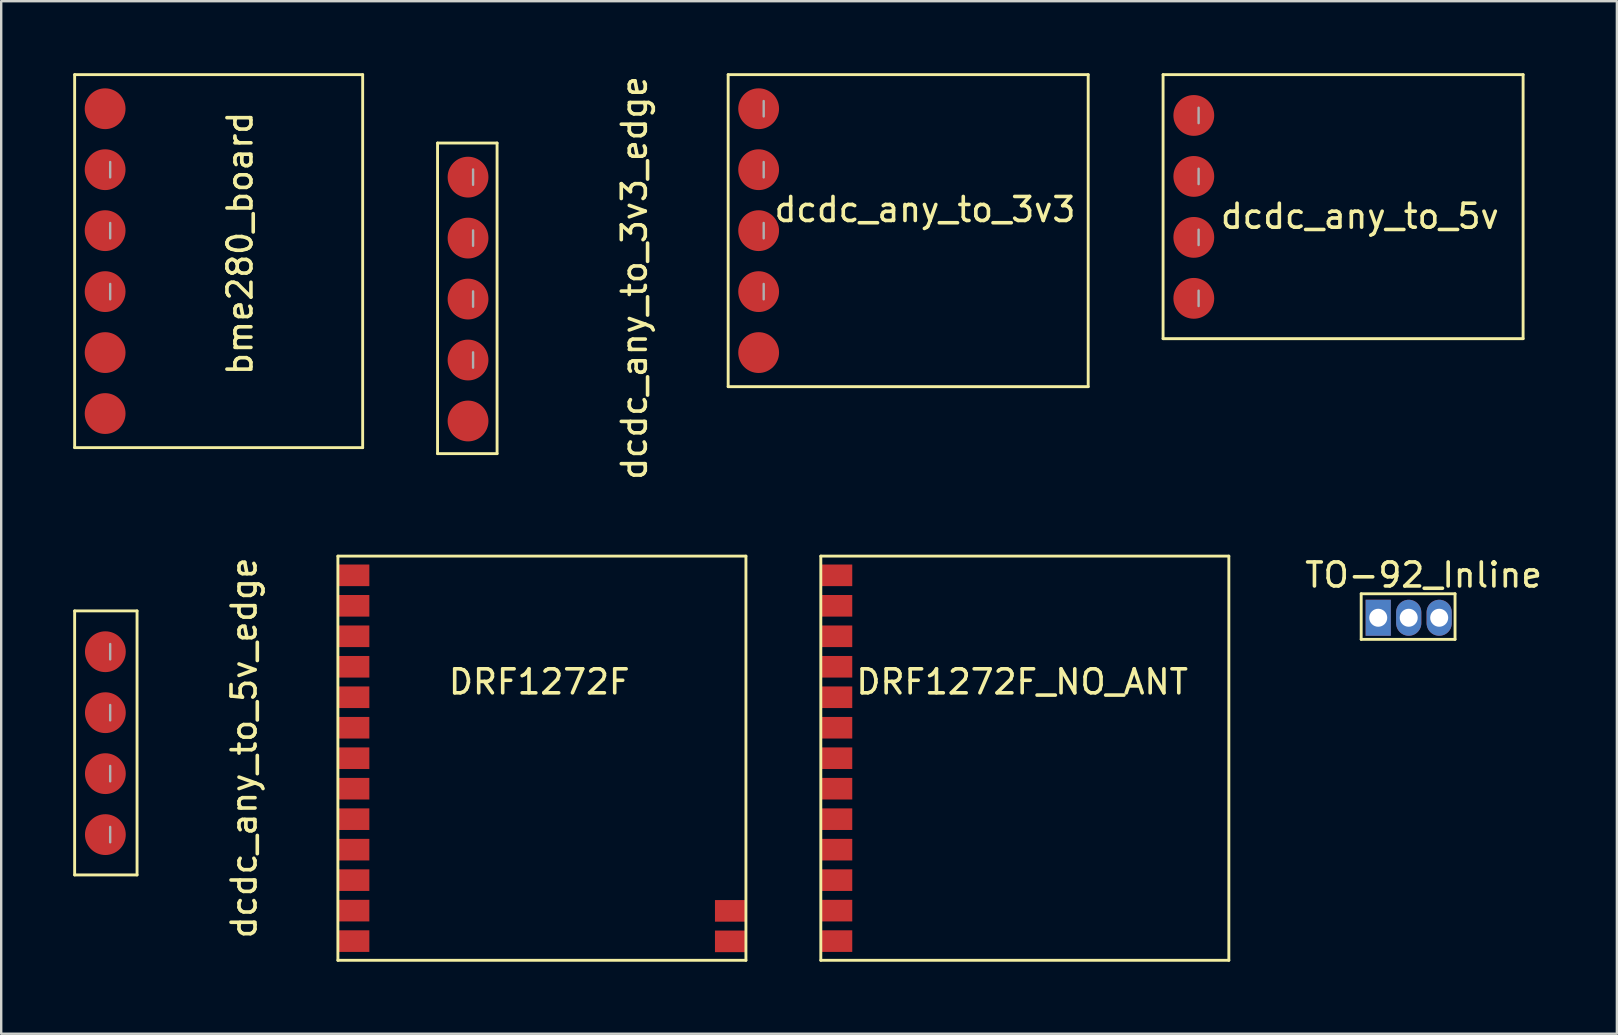
<source format=kicad_pcb>
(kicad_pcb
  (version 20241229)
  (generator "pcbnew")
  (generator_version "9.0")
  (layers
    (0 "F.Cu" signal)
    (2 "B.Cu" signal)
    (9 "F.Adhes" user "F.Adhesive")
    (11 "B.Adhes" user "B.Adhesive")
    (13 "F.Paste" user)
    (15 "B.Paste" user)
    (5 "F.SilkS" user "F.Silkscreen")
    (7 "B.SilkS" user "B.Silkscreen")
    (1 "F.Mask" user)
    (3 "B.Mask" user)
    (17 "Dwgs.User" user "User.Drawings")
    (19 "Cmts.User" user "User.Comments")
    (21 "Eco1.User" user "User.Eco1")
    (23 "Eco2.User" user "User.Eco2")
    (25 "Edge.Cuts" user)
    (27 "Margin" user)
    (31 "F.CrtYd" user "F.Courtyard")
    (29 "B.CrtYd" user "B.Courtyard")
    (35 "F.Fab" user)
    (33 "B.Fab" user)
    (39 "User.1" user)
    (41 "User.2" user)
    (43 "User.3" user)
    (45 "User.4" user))
  (footprint "DRF1272F_NO_ANT"
    (layer "F.Cu")
    (at 39.628 28.64)
    (property "Reference" "DRF1272F_NO_ANT" (at -0.09 -3.28 0) (layer "F.SilkS") (effects (font (size 1 1) (thickness 0.15))))
    (attr through_hole)
    (fp_line (start -8.48 -8.52) (end 8.52 -8.52) (stroke (width 0.12) (type solid)) (layer "F.SilkS"))
    (fp_line (start -8.48 8.32) (end -8.48 -8.52) (stroke (width 0.12) (type solid)) (layer "F.SilkS"))
    (fp_line (start 8.52 -8.52) (end 8.52 8.32) (stroke (width 0.12) (type solid)) (layer "F.SilkS"))
    (fp_line (start 8.52 8.32) (end -8.48 8.32) (stroke (width 0.12) (type solid)) (layer "F.SilkS"))
    (pad "1" smd rect (at -7.82 -7.72) (size 1.3 0.9) (layers "F.Cu" "F.Mask" "F.Paste"))
    (pad "2" smd rect (at -7.82 -6.45) (size 1.3 0.9) (layers "F.Cu" "F.Mask" "F.Paste"))
    (pad "3" smd rect (at -7.82 -5.18) (size 1.3 0.9) (layers "F.Cu" "F.Mask" "F.Paste"))
    (pad "4" smd rect (at -7.82 -3.91) (size 1.3 0.9) (layers "F.Cu" "F.Mask" "F.Paste"))
    (pad "5" smd rect (at -7.82 -2.64) (size 1.3 0.9) (layers "F.Cu" "F.Mask" "F.Paste"))
    (pad "6" smd rect (at -7.82 -1.37) (size 1.3 0.9) (layers "F.Cu" "F.Mask" "F.Paste"))
    (pad "7" smd rect (at -7.82 -0.1) (size 1.3 0.9) (layers "F.Cu" "F.Mask" "F.Paste"))
    (pad "8" smd rect (at -7.82 1.17) (size 1.3 0.9) (layers "F.Cu" "F.Mask" "F.Paste"))
    (pad "9" smd rect (at -7.82 2.44) (size 1.3 0.9) (layers "F.Cu" "F.Mask" "F.Paste"))
    (pad "10" smd rect (at -7.82 3.71) (size 1.3 0.9) (layers "F.Cu" "F.Mask" "F.Paste"))
    (pad "11" smd rect (at -7.82 4.98) (size 1.3 0.9) (layers "F.Cu" "F.Mask" "F.Paste"))
    (pad "12" smd rect (at -7.82 6.25) (size 1.3 0.9) (layers "F.Cu" "F.Mask" "F.Paste"))
    (pad "13" smd rect (at -7.82 7.52) (size 1.3 0.9) (layers "F.Cu" "F.Mask" "F.Paste")))
  (footprint "dcdc_any_to_5v_edge"
    (layer "F.Cu")
    (at 7.66 28.003)
    (property "Reference" "dcdc_any_to_5v_edge" (at -0.54 0.11 270) (layer "F.SilkS") (effects (font (size 1 1) (thickness 0.15))))
    (attr through_hole)
    (fp_line (start -7.6 5.4) (end -7.6 -5.6) (stroke (width 0.12) (type solid)) (layer "F.SilkS"))
    (fp_line (start -7.6 5.4) (end -5 5.4) (stroke (width 0.12) (type solid)) (layer "F.SilkS"))
    (fp_line (start -5 -5.6) (end -7.6 -5.6) (stroke (width 0.12) (type solid)) (layer "F.SilkS"))
    (fp_line (start -5 5.4) (end -5 -5.6) (stroke (width 0.12) (type solid)) (layer "F.SilkS"))
    (fp_line (start -6.12 -4.22) (end -6.12 -3.58) (stroke (width 0.1) (type solid)) (layer "F.Fab"))
    (fp_line (start -6.12 -1.68) (end -6.12 -1.04) (stroke (width 0.1) (type solid)) (layer "F.Fab"))
    (fp_line (start -6.12 0.86) (end -6.12 1.5) (stroke (width 0.1) (type solid)) (layer "F.Fab"))
    (fp_line (start -6.12 3.4) (end -6.12 4.04) (stroke (width 0.1) (type solid)) (layer "F.Fab"))
    (pad "1" smd circle (at -6.32 -3.9) (size 1.7 1.7) (layers "F.Cu" "F.Mask" "F.Paste"))
    (pad "2" smd oval (at -6.32 -1.36) (size 1.7 1.7) (layers "F.Cu" "F.Mask" "F.Paste"))
    (pad "3" smd oval (at -6.32 1.18) (size 1.7 1.7) (layers "F.Cu" "F.Mask" "F.Paste"))
    (pad "4" smd oval (at -6.32 3.72) (size 1.7 1.7) (layers "F.Cu" "F.Mask" "F.Paste")))
  (footprint "DRF1272F"
    (layer "F.Cu")
    (at 19.508 28.64)
    (property "Reference" "DRF1272F" (at -0.09 -3.28 0) (layer "F.SilkS") (effects (font (size 1 1) (thickness 0.15))))
    (attr through_hole)
    (fp_line (start -8.48 -8.52) (end 8.52 -8.52) (stroke (width 0.12) (type solid)) (layer "F.SilkS"))
    (fp_line (start -8.48 8.32) (end -8.48 -8.52) (stroke (width 0.12) (type solid)) (layer "F.SilkS"))
    (fp_line (start 8.52 -8.52) (end 8.52 8.32) (stroke (width 0.12) (type solid)) (layer "F.SilkS"))
    (fp_line (start 8.52 8.32) (end -8.48 8.32) (stroke (width 0.12) (type solid)) (layer "F.SilkS"))
    (pad "1" smd rect (at -7.82 -7.72) (size 1.3 0.9) (layers "F.Cu" "F.Mask" "F.Paste"))
    (pad "2" smd rect (at -7.82 -6.45) (size 1.3 0.9) (layers "F.Cu" "F.Mask" "F.Paste"))
    (pad "3" smd rect (at -7.82 -5.18) (size 1.3 0.9) (layers "F.Cu" "F.Mask" "F.Paste"))
    (pad "4" smd rect (at -7.82 -3.91) (size 1.3 0.9) (layers "F.Cu" "F.Mask" "F.Paste"))
    (pad "5" smd rect (at -7.82 -2.64) (size 1.3 0.9) (layers "F.Cu" "F.Mask" "F.Paste"))
    (pad "6" smd rect (at -7.82 -1.37) (size 1.3 0.9) (layers "F.Cu" "F.Mask" "F.Paste"))
    (pad "7" smd rect (at -7.82 -0.1) (size 1.3 0.9) (layers "F.Cu" "F.Mask" "F.Paste"))
    (pad "8" smd rect (at -7.82 1.17) (size 1.3 0.9) (layers "F.Cu" "F.Mask" "F.Paste"))
    (pad "9" smd rect (at -7.82 2.44) (size 1.3 0.9) (layers "F.Cu" "F.Mask" "F.Paste"))
    (pad "10" smd rect (at -7.82 3.71) (size 1.3 0.9) (layers "F.Cu" "F.Mask" "F.Paste"))
    (pad "11" smd rect (at -7.82 4.98) (size 1.3 0.9) (layers "F.Cu" "F.Mask" "F.Paste"))
    (pad "12" smd rect (at -7.82 6.25) (size 1.3 0.9) (layers "F.Cu" "F.Mask" "F.Paste"))
    (pad "13" smd rect (at -7.82 7.52) (size 1.3 0.9) (layers "F.Cu" "F.Mask" "F.Paste"))
    (pad "14" smd rect (at 7.88 6.26) (size 1.3 0.9) (layers "F.Cu" "F.Mask" "F.Paste"))
    (pad "15" smd rect (at 7.88 7.53) (size 1.3 0.9) (layers "F.Cu" "F.Mask" "F.Paste")))
  (footprint "dcdc_any_to_3v3"
    (layer "F.Cu")
    (at 35.888 5.38)
    (property "Reference" "dcdc_any_to_3v3" (at -0.4 0.3 0) (layer "F.SilkS") (effects (font (size 1 1) (thickness 0.15))))
    (attr through_hole)
    (fp_line (start -8.6 -5.32) (end 6.4 -5.32) (stroke (width 0.12) (type solid)) (layer "F.SilkS"))
    (fp_line (start -8.6 7.68) (end -8.6 -5.32) (stroke (width 0.12) (type solid)) (layer "F.SilkS"))
    (fp_line (start 6.4 -5.32) (end 6.4 7.68) (stroke (width 0.12) (type solid)) (layer "F.SilkS"))
    (fp_line (start 6.4 7.68) (end -8.6 7.68) (stroke (width 0.12) (type solid)) (layer "F.SilkS"))
    (fp_line (start -7.12 -4.22) (end -7.12 -3.58) (stroke (width 0.1) (type solid)) (layer "F.Fab"))
    (fp_line (start -7.12 -1.68) (end -7.12 -1.04) (stroke (width 0.1) (type solid)) (layer "F.Fab"))
    (fp_line (start -7.12 0.86) (end -7.12 1.5) (stroke (width 0.1) (type solid)) (layer "F.Fab"))
    (fp_line (start -7.12 3.4) (end -7.12 4.04) (stroke (width 0.1) (type solid)) (layer "F.Fab"))
    (pad "1" smd oval (at -7.33 -3.9) (size 1.7 1.7) (layers "F.Cu" "F.Mask" "F.Paste"))
    (pad "2" smd oval (at -7.33 -1.36) (size 1.7 1.7) (layers "F.Cu" "F.Mask" "F.Paste"))
    (pad "3" smd circle (at -7.33 1.18) (size 1.7 1.7) (layers "F.Cu" "F.Mask" "F.Paste"))
    (pad "4" smd oval (at -7.33 3.72) (size 1.7 1.7) (layers "F.Cu" "F.Mask" "F.Paste"))
    (pad "5" smd oval (at -7.33 6.26) (size 1.7 1.7) (layers "F.Cu" "F.Mask" "F.Paste")))
  (footprint "TO-92_Inline"
    (layer "F.Cu")
    (at 54.372 22.688)
    (property "Reference" "TO-92_Inline" (at 1.89 -1.78 0) (layer "F.SilkS") (effects (font (size 1 1) (thickness 0.15))))
    (attr through_hole)
    (fp_line (start -0.71 -1) (end -0.71 0.9) (stroke (width 0.12) (type solid)) (layer "F.SilkS"))
    (fp_line (start -0.71 0.9) (end 3.2 0.9) (stroke (width 0.12) (type solid)) (layer "F.SilkS"))
    (fp_line (start 3.2 -1) (end -0.71 -1) (stroke (width 0.12) (type solid)) (layer "F.SilkS"))
    (fp_line (start 3.2 0.9) (end 3.2 -1) (stroke (width 0.12) (type solid)) (layer "F.SilkS"))
    (pad "1" thru_hole rect (at 0 0) (size 1.05 1.5) (drill 0.75) (layers "*.Cu" "*.Mask"))
    (pad "2" thru_hole oval (at 1.27 0) (size 1.05 1.5) (drill 0.75) (layers "*.Cu" "*.Mask"))
    (pad "3" thru_hole oval (at 2.54 0) (size 1.05 1.5) (drill 0.75) (layers "*.Cu" "*.Mask")))
  (footprint "dcdc_any_to_5v"
    (layer "F.Cu")
    (at 53.008 5.66)
    (property "Reference" "dcdc_any_to_5v" (at 0.6 0.3 0) (layer "F.SilkS") (effects (font (size 1 1) (thickness 0.15))))
    (attr through_hole)
    (fp_line (start -7.6 -5.6) (end 7.4 -5.6) (stroke (width 0.12) (type solid)) (layer "F.SilkS"))
    (fp_line (start -7.6 5.4) (end -7.6 -5.6) (stroke (width 0.12) (type solid)) (layer "F.SilkS"))
    (fp_line (start 7.4 -5.6) (end 7.4 5.4) (stroke (width 0.12) (type solid)) (layer "F.SilkS"))
    (fp_line (start 7.4 5.4) (end -7.6 5.4) (stroke (width 0.12) (type solid)) (layer "F.SilkS"))
    (fp_line (start -6.12 -4.22) (end -6.12 -3.58) (stroke (width 0.1) (type solid)) (layer "F.Fab"))
    (fp_line (start -6.12 -1.68) (end -6.12 -1.04) (stroke (width 0.1) (type solid)) (layer "F.Fab"))
    (fp_line (start -6.12 0.86) (end -6.12 1.5) (stroke (width 0.1) (type solid)) (layer "F.Fab"))
    (fp_line (start -6.12 3.4) (end -6.12 4.04) (stroke (width 0.1) (type solid)) (layer "F.Fab"))
    (pad "1" smd circle (at -6.32 -3.9) (size 1.7 1.7) (layers "F.Cu" "F.Mask" "F.Paste"))
    (pad "2" smd oval (at -6.32 -1.36) (size 1.7 1.7) (layers "F.Cu" "F.Mask" "F.Paste"))
    (pad "3" smd oval (at -6.32 1.18) (size 1.7 1.7) (layers "F.Cu" "F.Mask" "F.Paste"))
    (pad "4" smd oval (at -6.32 3.72) (size 1.7 1.7) (layers "F.Cu" "F.Mask" "F.Paste")))
  (footprint "dcdc_any_to_3v3_edge"
    (layer "F.Cu")
    (at 23.78 8.23)
    (property "Reference" "dcdc_any_to_3v3_edge" (at -0.4 0.3 270) (layer "F.SilkS") (effects (font (size 1 1) (thickness 0.15))))
    (attr through_hole)
    (fp_line (start -8.6 -5.32) (end -6.12 -5.32) (stroke (width 0.12) (type solid)) (layer "F.SilkS"))
    (fp_line (start -8.6 7.62) (end -8.6 -5.32) (stroke (width 0.12) (type solid)) (layer "F.SilkS"))
    (fp_line (start -6.12 -5.32) (end -6.12 7.62) (stroke (width 0.12) (type solid)) (layer "F.SilkS"))
    (fp_line (start -6.12 7.62) (end -8.6 7.62) (stroke (width 0.12) (type solid)) (layer "F.SilkS"))
    (fp_line (start -7.12 -4.22) (end -7.12 -3.58) (stroke (width 0.1) (type solid)) (layer "F.Fab"))
    (fp_line (start -7.12 -1.68) (end -7.12 -1.04) (stroke (width 0.1) (type solid)) (layer "F.Fab"))
    (fp_line (start -7.12 0.86) (end -7.12 1.5) (stroke (width 0.1) (type solid)) (layer "F.Fab"))
    (fp_line (start -7.12 3.4) (end -7.12 4.04) (stroke (width 0.1) (type solid)) (layer "F.Fab"))
    (pad "1" smd oval (at -7.33 -3.9) (size 1.7 1.7) (layers "F.Cu" "F.Mask" "F.Paste"))
    (pad "2" smd oval (at -7.33 -1.36) (size 1.7 1.7) (layers "F.Cu" "F.Mask" "F.Paste"))
    (pad "3" smd circle (at -7.33 1.18) (size 1.7 1.7) (layers "F.Cu" "F.Mask" "F.Paste"))
    (pad "4" smd oval (at -7.33 3.72) (size 1.7 1.7) (layers "F.Cu" "F.Mask" "F.Paste"))
    (pad "5" smd oval (at -7.33 6.26) (size 1.7 1.7) (layers "F.Cu" "F.Mask" "F.Paste")))
  (footprint "bme280_board"
    (layer "F.Cu")
    (at 5.84 8.04)
    (property "Reference" "bme280_board" (at 1.11 -0.95 90) (layer "F.SilkS") (effects (font (size 1 1) (thickness 0.15))))
    (attr through_hole)
    (fp_line (start -5.78 -7.98) (end 6.22 -7.98) (stroke (width 0.12) (type solid)) (layer "F.SilkS"))
    (fp_line (start -5.78 7.56) (end -5.78 -7.98) (stroke (width 0.12) (type solid)) (layer "F.SilkS"))
    (fp_line (start 6.22 -7.98) (end 6.22 7.56) (stroke (width 0.12) (type solid)) (layer "F.SilkS"))
    (fp_line (start 6.22 7.56) (end -5.78 7.56) (stroke (width 0.12) (type solid)) (layer "F.SilkS"))
    (fp_line (start -4.3 -4.34) (end -4.3 -3.7) (stroke (width 0.1) (type solid)) (layer "F.Fab"))
    (fp_line (start -4.3 -1.8) (end -4.3 -1.16) (stroke (width 0.1) (type solid)) (layer "F.Fab"))
    (fp_line (start -4.3 0.74) (end -4.3 1.38) (stroke (width 0.1) (type solid)) (layer "F.Fab"))
    (pad "1" smd oval (at -4.51 -6.56) (size 1.7 1.7) (layers "F.Cu" "F.Mask" "F.Paste"))
    (pad "2" smd oval (at -4.51 -4.02) (size 1.7 1.7) (layers "F.Cu" "F.Mask" "F.Paste"))
    (pad "3" smd circle (at -4.51 -1.48) (size 1.7 1.7) (layers "F.Cu" "F.Mask" "F.Paste"))
    (pad "4" smd oval (at -4.51 1.06) (size 1.7 1.7) (layers "F.Cu" "F.Mask" "F.Paste"))
    (pad "5" smd oval (at -4.51 3.6) (size 1.7 1.7) (layers "F.Cu" "F.Mask" "F.Paste"))
    (pad "6" smd oval (at -4.51 6.14) (size 1.7 1.7) (layers "F.Cu" "F.Mask" "F.Paste")))
  (gr_rect
    (start -3 -3)
    (end 64.315 40.02)
    (stroke (width 0.1) (type default))
    (fill no)
    (layer "Edge.Cuts")))
</source>
